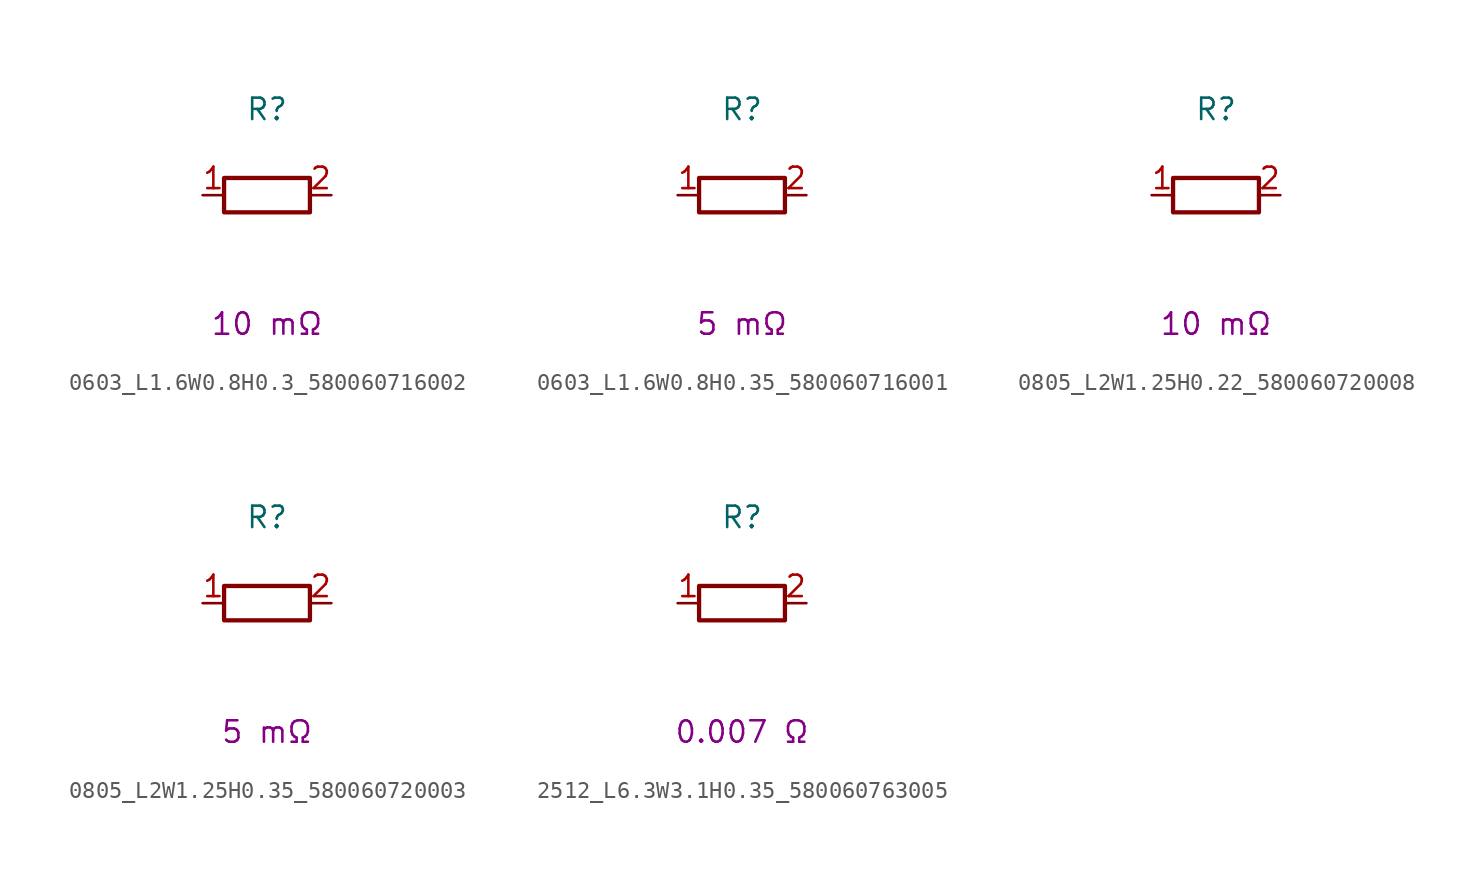
<source format=kicad_sym>
(kicad_symbol_lib
  (version 20220914)
  (generator kicad_symbol_editor)
  (symbol "0603_L1.6W0.8H0.3_580060716002"
    (pin_names hide)
    (property "Reference" "R"
      (at 0 5.08 0)
      (effects (font (size 1.27 1.27))))
    (property "Critical Parameter" "10 mΩ"
      (at 0 -7.62 0)
      (effects (font (size 1.27 1.27))))
    (symbol "0603_L1.6W0.8H0.3_580060716002_0_1"
      (rectangle (start -2.54 -1.016) (end 2.54 1.016) (stroke (width 0.254) (type default)) (fill (type none))))
    (symbol "0603_L1.6W0.8H0.3_580060716002_1_1"
      (pin passive line (at -3.81 0 0) (length 1.27) (name "~" (effects (font (size 1.27 1.27)))) (number "1" (effects (font (size 1.27 1.27)))))
      (pin passive line (at 3.81 0 180) (length 1.27) (name "~" (effects (font (size 1.27 1.27)))) (number "2" (effects (font (size 1.27 1.27)))))))
  (symbol "0603_L1.6W0.8H0.35_580060716001"
    (pin_names hide)
    (property "Reference" "R"
      (at 0 5.08 0)
      (effects (font (size 1.27 1.27))))
    (property "Critical Parameter" "5 mΩ"
      (at 0 -7.62 0)
      (effects (font (size 1.27 1.27))))
    (symbol "0603_L1.6W0.8H0.35_580060716001_0_1"
      (rectangle (start -2.54 -1.016) (end 2.54 1.016) (stroke (width 0.254) (type default)) (fill (type none))))
    (symbol "0603_L1.6W0.8H0.35_580060716001_1_1"
      (pin passive line (at -3.81 0 0) (length 1.27) (name "~" (effects (font (size 1.27 1.27)))) (number "1" (effects (font (size 1.27 1.27)))))
      (pin passive line (at 3.81 0 180) (length 1.27) (name "~" (effects (font (size 1.27 1.27)))) (number "2" (effects (font (size 1.27 1.27)))))))
  (symbol "0805_L2W1.25H0.22_580060720008"
    (pin_names hide)
    (property "Reference" "R"
      (at 0 5.08 0)
      (effects (font (size 1.27 1.27))))
    (property "Critical Parameter" "10 mΩ"
      (at 0 -7.62 0)
      (effects (font (size 1.27 1.27))))
    (symbol "0805_L2W1.25H0.22_580060720008_0_1"
      (rectangle (start -2.54 -1.016) (end 2.54 1.016) (stroke (width 0.254) (type default)) (fill (type none))))
    (symbol "0805_L2W1.25H0.22_580060720008_1_1"
      (pin passive line (at -3.81 0 0) (length 1.27) (name "~" (effects (font (size 1.27 1.27)))) (number "1" (effects (font (size 1.27 1.27)))))
      (pin passive line (at 3.81 0 180) (length 1.27) (name "~" (effects (font (size 1.27 1.27)))) (number "2" (effects (font (size 1.27 1.27)))))))
  (symbol "0805_L2W1.25H0.35_580060720003"
    (pin_names hide)
    (property "Reference" "R"
      (at 0 5.08 0)
      (effects (font (size 1.27 1.27))))
    (property "Critical Parameter" "5 mΩ"
      (at 0 -7.62 0)
      (effects (font (size 1.27 1.27))))
    (symbol "0805_L2W1.25H0.35_580060720003_0_1"
      (rectangle (start -2.54 -1.016) (end 2.54 1.016) (stroke (width 0.254) (type default)) (fill (type none))))
    (symbol "0805_L2W1.25H0.35_580060720003_1_1"
      (pin passive line (at -3.81 0 0) (length 1.27) (name "~" (effects (font (size 1.27 1.27)))) (number "1" (effects (font (size 1.27 1.27)))))
      (pin passive line (at 3.81 0 180) (length 1.27) (name "~" (effects (font (size 1.27 1.27)))) (number "2" (effects (font (size 1.27 1.27)))))))
  (symbol "2512_L6.3W3.1H0.35_580060763005"
    (pin_names hide)
    (property "Reference" "R"
      (at 0 5.08 0)
      (effects (font (size 1.27 1.27))))
    (property "Critical Parameter" "0.007 Ω"
      (at 0 -7.62 0)
      (effects (font (size 1.27 1.27))))
    (symbol "2512_L6.3W3.1H0.35_580060763005_0_1"
      (rectangle (start -2.54 -1.016) (end 2.54 1.016) (stroke (width 0.254) (type default)) (fill (type none))))
    (symbol "2512_L6.3W3.1H0.35_580060763005_1_1"
      (pin passive line (at -3.81 0 0) (length 1.27) (name "~" (effects (font (size 1.27 1.27)))) (number "1" (effects (font (size 1.27 1.27)))))
      (pin passive line (at 3.81 0 180) (length 1.27) (name "~" (effects (font (size 1.27 1.27)))) (number "2" (effects (font (size 1.27 1.27))))))))
</source>
